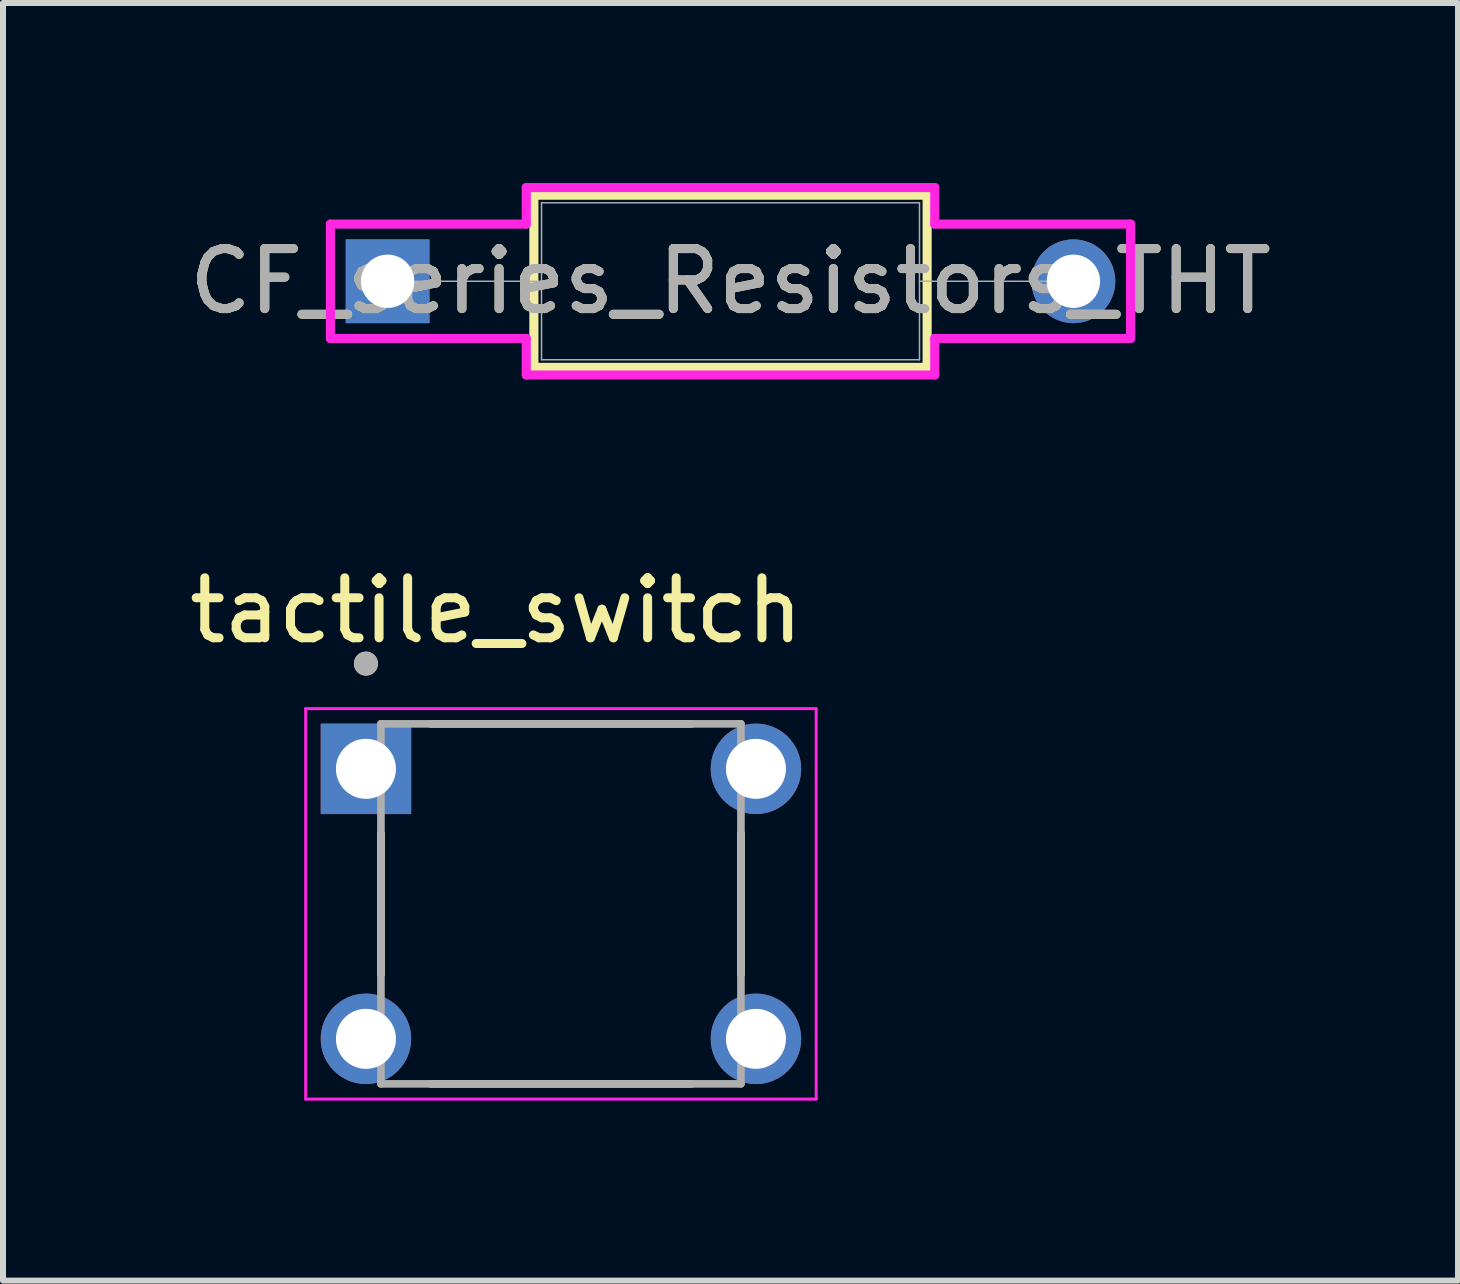
<source format=kicad_pcb>
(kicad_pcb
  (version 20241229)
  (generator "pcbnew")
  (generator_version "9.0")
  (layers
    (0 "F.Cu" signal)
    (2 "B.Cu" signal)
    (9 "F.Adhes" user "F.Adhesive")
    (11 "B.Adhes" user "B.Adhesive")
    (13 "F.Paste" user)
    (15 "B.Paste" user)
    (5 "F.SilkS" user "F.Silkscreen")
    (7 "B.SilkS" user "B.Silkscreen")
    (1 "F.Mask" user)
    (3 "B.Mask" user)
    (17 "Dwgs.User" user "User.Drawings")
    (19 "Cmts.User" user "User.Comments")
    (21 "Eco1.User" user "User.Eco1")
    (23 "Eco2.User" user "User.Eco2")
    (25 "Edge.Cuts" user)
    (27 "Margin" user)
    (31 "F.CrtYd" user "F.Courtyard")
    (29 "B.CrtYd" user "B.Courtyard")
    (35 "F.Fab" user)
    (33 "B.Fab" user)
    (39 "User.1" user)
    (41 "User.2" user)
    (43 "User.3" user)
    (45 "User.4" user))
  (footprint "tactile_switch"
    (layer "F.Cu")
    (at 6.299 12.014)
    (property "Reference" "tactile_switch" (at -1.079 -4.889 0) (layer "F.SilkS") (effects (font (size 1 1) (thickness 0.15))))
    (attr through_hole)
    (fp_line (start -3 -1.176) (end -3 1.176) (stroke (width 0.127) (type solid)) (layer "F.SilkS"))
    (fp_line (start -2.176 -3) (end 2.176 -3) (stroke (width 0.127) (type solid)) (layer "F.SilkS"))
    (fp_line (start -2.176 3) (end 2.176 3) (stroke (width 0.127) (type solid)) (layer "F.SilkS"))
    (fp_line (start 3 -1.176) (end 3 1.176) (stroke (width 0.127) (type solid)) (layer "F.SilkS"))
    (fp_circle (center -3.25 -4.004) (end -3.15 -4.004) (stroke (width 0.2) (type solid)) (fill no) (layer "F.SilkS"))
    (fp_line (start -4.254 -3.254) (end -4.254 3.254) (stroke (width 0.05) (type solid)) (layer "F.CrtYd"))
    (fp_line (start -4.254 3.254) (end 4.254 3.254) (stroke (width 0.05) (type solid)) (layer "F.CrtYd"))
    (fp_line (start 4.254 -3.254) (end -4.254 -3.254) (stroke (width 0.05) (type solid)) (layer "F.CrtYd"))
    (fp_line (start 4.254 3.254) (end 4.254 -3.254) (stroke (width 0.05) (type solid)) (layer "F.CrtYd"))
    (fp_line (start -3 -3) (end 3 -3) (stroke (width 0.127) (type solid)) (layer "F.Fab"))
    (fp_line (start -3 3) (end -3 -3) (stroke (width 0.127) (type solid)) (layer "F.Fab"))
    (fp_line (start 3 -3) (end 3 3) (stroke (width 0.127) (type solid)) (layer "F.Fab"))
    (fp_line (start 3 3) (end -3 3) (stroke (width 0.127) (type solid)) (layer "F.Fab"))
    (fp_circle (center -3.25 -4.004) (end -3.15 -4.004) (stroke (width 0.2) (type solid)) (fill no) (layer "F.Fab"))
    (pad "1" thru_hole rect (at -3.25 -2.25) (size 1.508 1.508) (drill 1) (layers "*.Cu" "*.Mask"))
    (pad "2" thru_hole circle (at 3.25 -2.25) (size 1.508 1.508) (drill 1) (layers "*.Cu" "*.Mask"))
    (pad "3" thru_hole circle (at -3.25 2.25) (size 1.508 1.508) (drill 1) (layers "*.Cu" "*.Mask"))
    (pad "4" thru_hole circle (at 3.25 2.25) (size 1.508 1.508) (drill 1) (layers "*.Cu" "*.Mask")))
  (footprint "CF_series_Resistors_THT"
    (layer "F.Cu")
    (at 3.41 1.638)
    (property "Reference" "CF_series_Resistors_THT" (at 5.715 0 0) (unlocked yes) (layer "F.SilkS") (effects (font (size 1 1) (thickness 0.15))))
    (attr through_hole)
    (fp_line (start 2.438 -1.435) (end 2.438 1.435) (stroke (width 0.152) (type solid)) (layer "F.SilkS"))
    (fp_line (start 2.438 1.435) (end 8.992 1.435) (stroke (width 0.152) (type solid)) (layer "F.SilkS"))
    (fp_line (start 8.992 -1.435) (end 2.438 -1.435) (stroke (width 0.152) (type solid)) (layer "F.SilkS"))
    (fp_line (start 8.992 1.435) (end 8.992 -1.435) (stroke (width 0.152) (type solid)) (layer "F.SilkS"))
    (fp_line (start -0.953 -0.953) (end 2.311 -0.953) (stroke (width 0.152) (type solid)) (layer "F.CrtYd"))
    (fp_line (start -0.953 0.953) (end -0.953 -0.953) (stroke (width 0.152) (type solid)) (layer "F.CrtYd"))
    (fp_line (start 2.311 -1.562) (end 9.119 -1.562) (stroke (width 0.152) (type solid)) (layer "F.CrtYd"))
    (fp_line (start 2.311 -0.953) (end 2.311 -1.562) (stroke (width 0.152) (type solid)) (layer "F.CrtYd"))
    (fp_line (start 2.311 0.953) (end -0.953 0.953) (stroke (width 0.152) (type solid)) (layer "F.CrtYd"))
    (fp_line (start 2.311 1.562) (end 2.311 0.953) (stroke (width 0.152) (type solid)) (layer "F.CrtYd"))
    (fp_line (start 9.119 -1.562) (end 9.119 -0.953) (stroke (width 0.152) (type solid)) (layer "F.CrtYd"))
    (fp_line (start 9.119 -0.953) (end 12.383 -0.953) (stroke (width 0.152) (type solid)) (layer "F.CrtYd"))
    (fp_line (start 9.119 0.953) (end 9.119 1.562) (stroke (width 0.152) (type solid)) (layer "F.CrtYd"))
    (fp_line (start 9.119 1.562) (end 2.311 1.562) (stroke (width 0.152) (type solid)) (layer "F.CrtYd"))
    (fp_line (start 12.383 -0.953) (end 12.383 0.953) (stroke (width 0.152) (type solid)) (layer "F.CrtYd"))
    (fp_line (start 12.383 0.953) (end 9.119 0.953) (stroke (width 0.152) (type solid)) (layer "F.CrtYd"))
    (fp_line (start 0 0) (end 2.565 0) (stroke (width 0.025) (type solid)) (layer "F.Fab"))
    (fp_line (start 2.565 -1.308) (end 2.565 1.308) (stroke (width 0.025) (type solid)) (layer "F.Fab"))
    (fp_line (start 2.565 1.308) (end 8.865 1.308) (stroke (width 0.025) (type solid)) (layer "F.Fab"))
    (fp_line (start 8.865 -1.308) (end 2.565 -1.308) (stroke (width 0.025) (type solid)) (layer "F.Fab"))
    (fp_line (start 8.865 1.308) (end 8.865 -1.308) (stroke (width 0.025) (type solid)) (layer "F.Fab"))
    (fp_line (start 11.43 0) (end 8.865 0) (stroke (width 0.025) (type solid)) (layer "F.Fab"))
    (fp_text user "${REFERENCE}" (at 5.715 0 0) (unlocked yes) (layer "F.Fab") (effects (font (size 1 1) (thickness 0.15))))
    (pad "1" thru_hole rect (at 0 0) (size 1.397 1.397) (drill 0.889) (layers "*.Cu" "*.Mask"))
    (pad "2" thru_hole circle (at 11.43 0) (size 1.397 1.397) (drill 0.889) (layers "*.Cu" "*.Mask")))
  (gr_rect
    (start -3 -3)
    (end 21.25 18.293)
    (stroke (width 0.1) (type default))
    (fill no)
    (layer "Edge.Cuts")))
</source>
